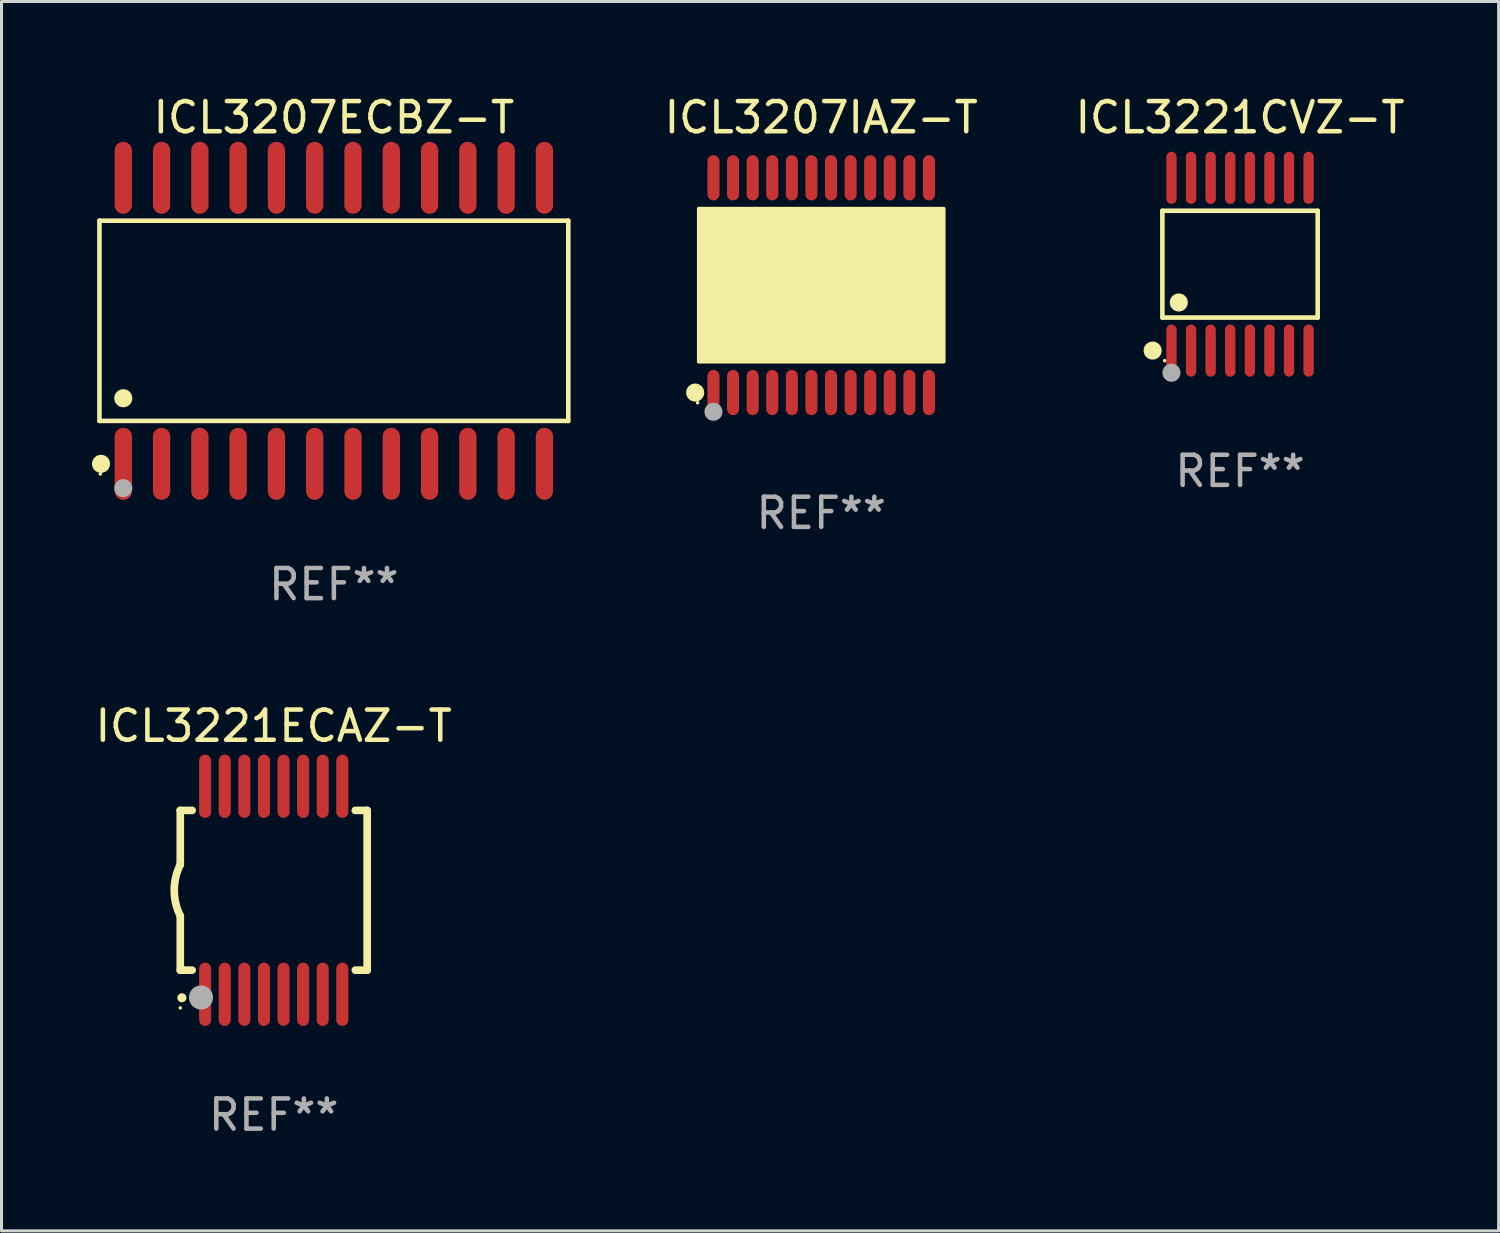
<source format=kicad_pcb>
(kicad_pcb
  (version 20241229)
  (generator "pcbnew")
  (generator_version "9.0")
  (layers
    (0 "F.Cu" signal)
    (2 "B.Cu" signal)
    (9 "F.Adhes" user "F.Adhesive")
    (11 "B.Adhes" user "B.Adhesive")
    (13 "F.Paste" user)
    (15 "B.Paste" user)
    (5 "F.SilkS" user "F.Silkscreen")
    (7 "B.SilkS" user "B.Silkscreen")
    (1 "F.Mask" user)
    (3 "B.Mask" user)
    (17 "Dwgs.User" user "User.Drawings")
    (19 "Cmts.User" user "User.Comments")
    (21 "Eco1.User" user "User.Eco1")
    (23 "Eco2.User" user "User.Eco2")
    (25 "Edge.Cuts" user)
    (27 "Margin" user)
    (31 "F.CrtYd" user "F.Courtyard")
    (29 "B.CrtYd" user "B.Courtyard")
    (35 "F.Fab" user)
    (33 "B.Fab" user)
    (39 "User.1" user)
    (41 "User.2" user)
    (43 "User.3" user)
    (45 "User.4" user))
  (footprint "ICL3207ECBZ-T"
    (layer "F.Cu")
    (at 8.025 7.592)
    (property "Reference" "ICL3207ECBZ-T" (at 0 -6.744 0) (layer "F.SilkS") (effects (font (size 1 1) (thickness 0.15))))
    (attr through_hole)
    (fp_line (start -7.776 -3.321) (end 7.776 -3.321) (stroke (width 0.152) (type solid)) (layer "F.SilkS"))
    (fp_line (start -7.776 3.321) (end -7.776 -3.321) (stroke (width 0.152) (type solid)) (layer "F.SilkS"))
    (fp_line (start 7.776 -3.321) (end 7.776 3.321) (stroke (width 0.152) (type solid)) (layer "F.SilkS"))
    (fp_line (start 7.776 3.321) (end -7.776 3.321) (stroke (width 0.152) (type solid)) (layer "F.SilkS"))
    (fp_circle (center -7.747 5.08) (end -7.717 5.08) (stroke (width 0.06) (type solid)) (fill no) (layer "F.SilkS"))
    (fp_circle (center -7.724 4.744) (end -7.574 4.744) (stroke (width 0.3) (type solid)) (fill no) (layer "F.SilkS"))
    (fp_circle (center -6.985 2.569) (end -6.835 2.569) (stroke (width 0.3) (type solid)) (fill no) (layer "F.SilkS"))
    (fp_circle (center -6.985 5.55) (end -6.835 5.55) (stroke (width 0.3) (type solid)) (fill no) (layer "F.Fab"))
    (fp_text user "REF**" (at 0 8.744 0) (layer "F.Fab") (effects (font (size 1 1) (thickness 0.15))))
    (pad "1" smd oval (at -6.985 4.744) (size 0.574 2.388) (layers "F.Cu" "F.Mask" "F.Paste"))
    (pad "2" smd oval (at -5.715 4.744) (size 0.574 2.388) (layers "F.Cu" "F.Mask" "F.Paste"))
    (pad "3" smd oval (at -4.445 4.744) (size 0.574 2.388) (layers "F.Cu" "F.Mask" "F.Paste"))
    (pad "4" smd oval (at -3.175 4.744) (size 0.574 2.388) (layers "F.Cu" "F.Mask" "F.Paste"))
    (pad "5" smd oval (at -1.905 4.744) (size 0.574 2.388) (layers "F.Cu" "F.Mask" "F.Paste"))
    (pad "6" smd oval (at -0.635 4.744) (size 0.574 2.388) (layers "F.Cu" "F.Mask" "F.Paste"))
    (pad "7" smd oval (at 0.635 4.744) (size 0.574 2.388) (layers "F.Cu" "F.Mask" "F.Paste"))
    (pad "8" smd oval (at 1.905 4.744) (size 0.574 2.388) (layers "F.Cu" "F.Mask" "F.Paste"))
    (pad "9" smd oval (at 3.175 4.744) (size 0.574 2.388) (layers "F.Cu" "F.Mask" "F.Paste"))
    (pad "10" smd oval (at 4.445 4.744) (size 0.574 2.388) (layers "F.Cu" "F.Mask" "F.Paste"))
    (pad "11" smd oval (at 5.715 4.744) (size 0.574 2.388) (layers "F.Cu" "F.Mask" "F.Paste"))
    (pad "12" smd oval (at 6.985 4.744) (size 0.574 2.388) (layers "F.Cu" "F.Mask" "F.Paste"))
    (pad "13" smd oval (at 6.985 -4.744) (size 0.574 2.388) (layers "F.Cu" "F.Mask" "F.Paste"))
    (pad "14" smd oval (at 5.715 -4.744) (size 0.574 2.388) (layers "F.Cu" "F.Mask" "F.Paste"))
    (pad "15" smd oval (at 4.445 -4.744) (size 0.574 2.388) (layers "F.Cu" "F.Mask" "F.Paste"))
    (pad "16" smd oval (at 3.175 -4.744) (size 0.574 2.388) (layers "F.Cu" "F.Mask" "F.Paste"))
    (pad "17" smd oval (at 1.905 -4.744) (size 0.574 2.388) (layers "F.Cu" "F.Mask" "F.Paste"))
    (pad "18" smd oval (at 0.635 -4.744) (size 0.574 2.388) (layers "F.Cu" "F.Mask" "F.Paste"))
    (pad "19" smd oval (at -0.635 -4.744) (size 0.574 2.388) (layers "F.Cu" "F.Mask" "F.Paste"))
    (pad "20" smd oval (at -1.905 -4.744) (size 0.574 2.388) (layers "F.Cu" "F.Mask" "F.Paste"))
    (pad "21" smd oval (at -3.175 -4.744) (size 0.574 2.388) (layers "F.Cu" "F.Mask" "F.Paste"))
    (pad "22" smd oval (at -4.445 -4.744) (size 0.574 2.388) (layers "F.Cu" "F.Mask" "F.Paste"))
    (pad "23" smd oval (at -5.715 -4.744) (size 0.574 2.388) (layers "F.Cu" "F.Mask" "F.Paste"))
    (pad "24" smd oval (at -6.985 -4.744) (size 0.574 2.388) (layers "F.Cu" "F.Mask" "F.Paste")))
  (footprint "ICL3221CVZ-T"
    (layer "F.Cu")
    (at 38.085 5.714)
    (property "Reference" "ICL3221CVZ-T" (at 0 -4.866 0) (layer "F.SilkS") (effects (font (size 1 1) (thickness 0.15))))
    (attr through_hole)
    (fp_line (start -2.576 -1.772) (end 2.576 -1.772) (stroke (width 0.152) (type solid)) (layer "F.SilkS"))
    (fp_line (start -2.576 1.771) (end -2.576 -1.772) (stroke (width 0.152) (type solid)) (layer "F.SilkS"))
    (fp_line (start 2.576 -1.772) (end 2.576 1.771) (stroke (width 0.152) (type solid)) (layer "F.SilkS"))
    (fp_line (start 2.576 1.771) (end -2.576 1.771) (stroke (width 0.152) (type solid)) (layer "F.SilkS"))
    (fp_circle (center -2.899 2.866) (end -2.749 2.866) (stroke (width 0.3) (type solid)) (fill no) (layer "F.SilkS"))
    (fp_circle (center -2.5 3.2) (end -2.47 3.2) (stroke (width 0.06) (type solid)) (fill no) (layer "F.SilkS"))
    (fp_circle (center -2.032 1.27) (end -1.882 1.27) (stroke (width 0.3) (type solid)) (fill no) (layer "F.SilkS"))
    (fp_circle (center -2.275 3.6) (end -2.125 3.6) (stroke (width 0.3) (type solid)) (fill no) (layer "F.Fab"))
    (fp_text user "REF**" (at 0 6.866 0) (layer "F.Fab") (effects (font (size 1 1) (thickness 0.15))))
    (pad "1" smd oval (at -2.275 2.866) (size 0.343 1.731) (layers "F.Cu" "F.Mask" "F.Paste"))
    (pad "2" smd oval (at -1.625 2.866) (size 0.343 1.731) (layers "F.Cu" "F.Mask" "F.Paste"))
    (pad "3" smd oval (at -0.975 2.866) (size 0.343 1.731) (layers "F.Cu" "F.Mask" "F.Paste"))
    (pad "4" smd oval (at -0.325 2.866) (size 0.343 1.731) (layers "F.Cu" "F.Mask" "F.Paste"))
    (pad "5" smd oval (at 0.325 2.866) (size 0.343 1.731) (layers "F.Cu" "F.Mask" "F.Paste"))
    (pad "6" smd oval (at 0.975 2.866) (size 0.343 1.731) (layers "F.Cu" "F.Mask" "F.Paste"))
    (pad "7" smd oval (at 1.625 2.866) (size 0.343 1.731) (layers "F.Cu" "F.Mask" "F.Paste"))
    (pad "8" smd oval (at 2.275 2.866) (size 0.343 1.731) (layers "F.Cu" "F.Mask" "F.Paste"))
    (pad "9" smd oval (at 2.275 -2.866) (size 0.343 1.731) (layers "F.Cu" "F.Mask" "F.Paste"))
    (pad "10" smd oval (at 1.625 -2.866) (size 0.343 1.731) (layers "F.Cu" "F.Mask" "F.Paste"))
    (pad "11" smd oval (at 0.975 -2.866) (size 0.343 1.731) (layers "F.Cu" "F.Mask" "F.Paste"))
    (pad "12" smd oval (at 0.325 -2.866) (size 0.343 1.731) (layers "F.Cu" "F.Mask" "F.Paste"))
    (pad "13" smd oval (at -0.325 -2.866) (size 0.343 1.731) (layers "F.Cu" "F.Mask" "F.Paste"))
    (pad "14" smd oval (at -0.975 -2.866) (size 0.343 1.731) (layers "F.Cu" "F.Mask" "F.Paste"))
    (pad "15" smd oval (at -1.625 -2.866) (size 0.343 1.731) (layers "F.Cu" "F.Mask" "F.Paste"))
    (pad "16" smd oval (at -2.275 -2.866) (size 0.343 1.731) (layers "F.Cu" "F.Mask" "F.Paste")))
  (footprint "ICL3221ECAZ-T"
    (layer "F.Cu")
    (at 6.03 26.483)
    (property "Reference" "ICL3221ECAZ-T" (at 0 -5.45 0) (layer "F.SilkS") (effects (font (size 1 1) (thickness 0.15))))
    (attr through_hole)
    (fp_line (start -3.1 -2.65) (end -3.1 -0.85) (stroke (width 0.254) (type solid)) (layer "F.SilkS"))
    (fp_line (start -3.1 -2.65) (end -2.706 -2.65) (stroke (width 0.254) (type solid)) (layer "F.SilkS"))
    (fp_line (start -3.1 2.65) (end -3.1 0.85) (stroke (width 0.254) (type solid)) (layer "F.SilkS"))
    (fp_line (start -3.1 2.65) (end -2.706 2.65) (stroke (width 0.254) (type solid)) (layer "F.SilkS"))
    (fp_line (start 2.706 -2.65) (end 3.1 -2.65) (stroke (width 0.254) (type solid)) (layer "F.SilkS"))
    (fp_line (start 2.706 2.65) (end 3.1 2.65) (stroke (width 0.254) (type solid)) (layer "F.SilkS"))
    (fp_line (start 3.1 -2.65) (end 3.1 2.65) (stroke (width 0.254) (type solid)) (layer "F.SilkS"))
    (fp_arc (start -3.098907 0.850902) (mid -3.300057 0.000523) (end -3.1 -0.850114) (stroke (width 0.254001) (type solid)) (layer "F.SilkS"))
    (fp_arc (start -3.048006 3.566066) (mid -3.046736 3.566061) (end -3.045466 3.566066) (stroke (width 0.3) (type solid)) (layer "F.SilkS"))
    (fp_circle (center -3.1 3.9) (end -3.07 3.9) (stroke (width 0.06) (type solid)) (fill no) (layer "F.SilkS"))
    (fp_circle (center -2.413 3.556) (end -2.213 3.556) (stroke (width 0.4) (type solid)) (fill no) (layer "F.Fab"))
    (fp_text user "REF**" (at 0 7.45 0) (layer "F.Fab") (effects (font (size 1 1) (thickness 0.15))))
    (pad "1" smd oval (at -2.275 3.45 180) (size 0.4 2.1) (layers "F.Cu" "F.Mask" "F.Paste"))
    (pad "2" smd oval (at -1.625 3.45 180) (size 0.4 2.1) (layers "F.Cu" "F.Mask" "F.Paste"))
    (pad "3" smd oval (at -0.975 3.45 180) (size 0.4 2.1) (layers "F.Cu" "F.Mask" "F.Paste"))
    (pad "4" smd oval (at -0.325 3.45 180) (size 0.4 2.1) (layers "F.Cu" "F.Mask" "F.Paste"))
    (pad "5" smd oval (at 0.325 3.45 180) (size 0.4 2.1) (layers "F.Cu" "F.Mask" "F.Paste"))
    (pad "6" smd oval (at 0.975 3.45 180) (size 0.4 2.1) (layers "F.Cu" "F.Mask" "F.Paste"))
    (pad "7" smd oval (at 1.625 3.45 180) (size 0.4 2.1) (layers "F.Cu" "F.Mask" "F.Paste"))
    (pad "8" smd oval (at 2.275 3.45 180) (size 0.4 2.1) (layers "F.Cu" "F.Mask" "F.Paste"))
    (pad "9" smd oval (at 2.275 -3.45 180) (size 0.4 2.1) (layers "F.Cu" "F.Mask" "F.Paste"))
    (pad "10" smd oval (at 1.625 -3.45 180) (size 0.4 2.1) (layers "F.Cu" "F.Mask" "F.Paste"))
    (pad "11" smd oval (at 0.975 -3.45 180) (size 0.4 2.1) (layers "F.Cu" "F.Mask" "F.Paste"))
    (pad "12" smd oval (at 0.325 -3.45 180) (size 0.4 2.1) (layers "F.Cu" "F.Mask" "F.Paste"))
    (pad "13" smd oval (at -0.325 -3.45 180) (size 0.4 2.1) (layers "F.Cu" "F.Mask" "F.Paste"))
    (pad "14" smd oval (at -0.975 -3.45 180) (size 0.4 2.1) (layers "F.Cu" "F.Mask" "F.Paste"))
    (pad "15" smd oval (at -1.625 -3.45 180) (size 0.4 2.1) (layers "F.Cu" "F.Mask" "F.Paste"))
    (pad "16" smd oval (at -2.275 -3.45 180) (size 0.4 2.1) (layers "F.Cu" "F.Mask" "F.Paste")))
  (footprint "ICL3207IAZ-T"
    (layer "F.Cu")
    (at 24.192 6.41)
    (property "Reference" "ICL3207IAZ-T" (at 0 -5.562 0) (layer "F.SilkS") (effects (font (size 1 1) (thickness 0.15))))
    (attr through_hole)
    (fp_circle (center -4.181 3.562) (end -4.031 3.562) (stroke (width 0.3) (type solid)) (fill no) (layer "F.SilkS"))
    (fp_circle (center -4.1 3.9) (end -4.07 3.9) (stroke (width 0.06) (type solid)) (fill no) (layer "F.SilkS"))
    (fp_circle (center -3.575 1.819) (end -3.425 1.819) (stroke (width 0.3) (type solid)) (fill no) (layer "F.SilkS"))
    (fp_poly (pts (xy -4.064 -2.54) (xy 4.064 -2.54) (xy 4.064 2.54) (xy -4.064 2.54)) (stroke (width 0.12) (type solid)) (fill yes) (layer "F.SilkS"))
    (fp_circle (center -3.575 4.2) (end -3.425 4.2) (stroke (width 0.3) (type solid)) (fill no) (layer "F.Fab"))
    (fp_text user "REF**" (at 0 7.562 0) (layer "F.Fab") (effects (font (size 1 1) (thickness 0.15))))
    (pad "1" smd oval (at -3.575 3.562) (size 0.4 1.5) (layers "F.Cu" "F.Mask" "F.Paste"))
    (pad "2" smd oval (at -2.925 3.562) (size 0.4 1.5) (layers "F.Cu" "F.Mask" "F.Paste"))
    (pad "3" smd oval (at -2.275 3.562) (size 0.4 1.5) (layers "F.Cu" "F.Mask" "F.Paste"))
    (pad "4" smd oval (at -1.625 3.562) (size 0.4 1.5) (layers "F.Cu" "F.Mask" "F.Paste"))
    (pad "5" smd oval (at -0.975 3.562) (size 0.4 1.5) (layers "F.Cu" "F.Mask" "F.Paste"))
    (pad "6" smd oval (at -0.325 3.562) (size 0.4 1.5) (layers "F.Cu" "F.Mask" "F.Paste"))
    (pad "7" smd oval (at 0.325 3.562) (size 0.4 1.5) (layers "F.Cu" "F.Mask" "F.Paste"))
    (pad "8" smd oval (at 0.975 3.562) (size 0.4 1.5) (layers "F.Cu" "F.Mask" "F.Paste"))
    (pad "9" smd oval (at 1.625 3.562) (size 0.4 1.5) (layers "F.Cu" "F.Mask" "F.Paste"))
    (pad "10" smd oval (at 2.275 3.562) (size 0.4 1.5) (layers "F.Cu" "F.Mask" "F.Paste"))
    (pad "11" smd oval (at 2.925 3.562) (size 0.4 1.5) (layers "F.Cu" "F.Mask" "F.Paste"))
    (pad "12" smd oval (at 3.575 3.562) (size 0.4 1.5) (layers "F.Cu" "F.Mask" "F.Paste"))
    (pad "13" smd oval (at 3.575 -3.562) (size 0.4 1.5) (layers "F.Cu" "F.Mask" "F.Paste"))
    (pad "14" smd oval (at 2.925 -3.562) (size 0.4 1.5) (layers "F.Cu" "F.Mask" "F.Paste"))
    (pad "15" smd oval (at 2.275 -3.562) (size 0.4 1.5) (layers "F.Cu" "F.Mask" "F.Paste"))
    (pad "16" smd oval (at 1.625 -3.562) (size 0.4 1.5) (layers "F.Cu" "F.Mask" "F.Paste"))
    (pad "17" smd oval (at 0.975 -3.562) (size 0.4 1.5) (layers "F.Cu" "F.Mask" "F.Paste"))
    (pad "18" smd oval (at 0.325 -3.562) (size 0.4 1.5) (layers "F.Cu" "F.Mask" "F.Paste"))
    (pad "19" smd oval (at -0.325 -3.562) (size 0.4 1.5) (layers "F.Cu" "F.Mask" "F.Paste"))
    (pad "20" smd oval (at -0.975 -3.562) (size 0.4 1.5) (layers "F.Cu" "F.Mask" "F.Paste"))
    (pad "21" smd oval (at -1.625 -3.562) (size 0.4 1.5) (layers "F.Cu" "F.Mask" "F.Paste"))
    (pad "22" smd oval (at -2.275 -3.562) (size 0.4 1.5) (layers "F.Cu" "F.Mask" "F.Paste"))
    (pad "23" smd oval (at -2.925 -3.562) (size 0.4 1.5) (layers "F.Cu" "F.Mask" "F.Paste"))
    (pad "24" smd oval (at -3.575 -3.562) (size 0.4 1.5) (layers "F.Cu" "F.Mask" "F.Paste")))
  (gr_rect
    (start -3 -3)
    (end 46.663 37.781)
    (stroke (width 0.1) (type default))
    (fill no)
    (layer "Edge.Cuts")))
</source>
